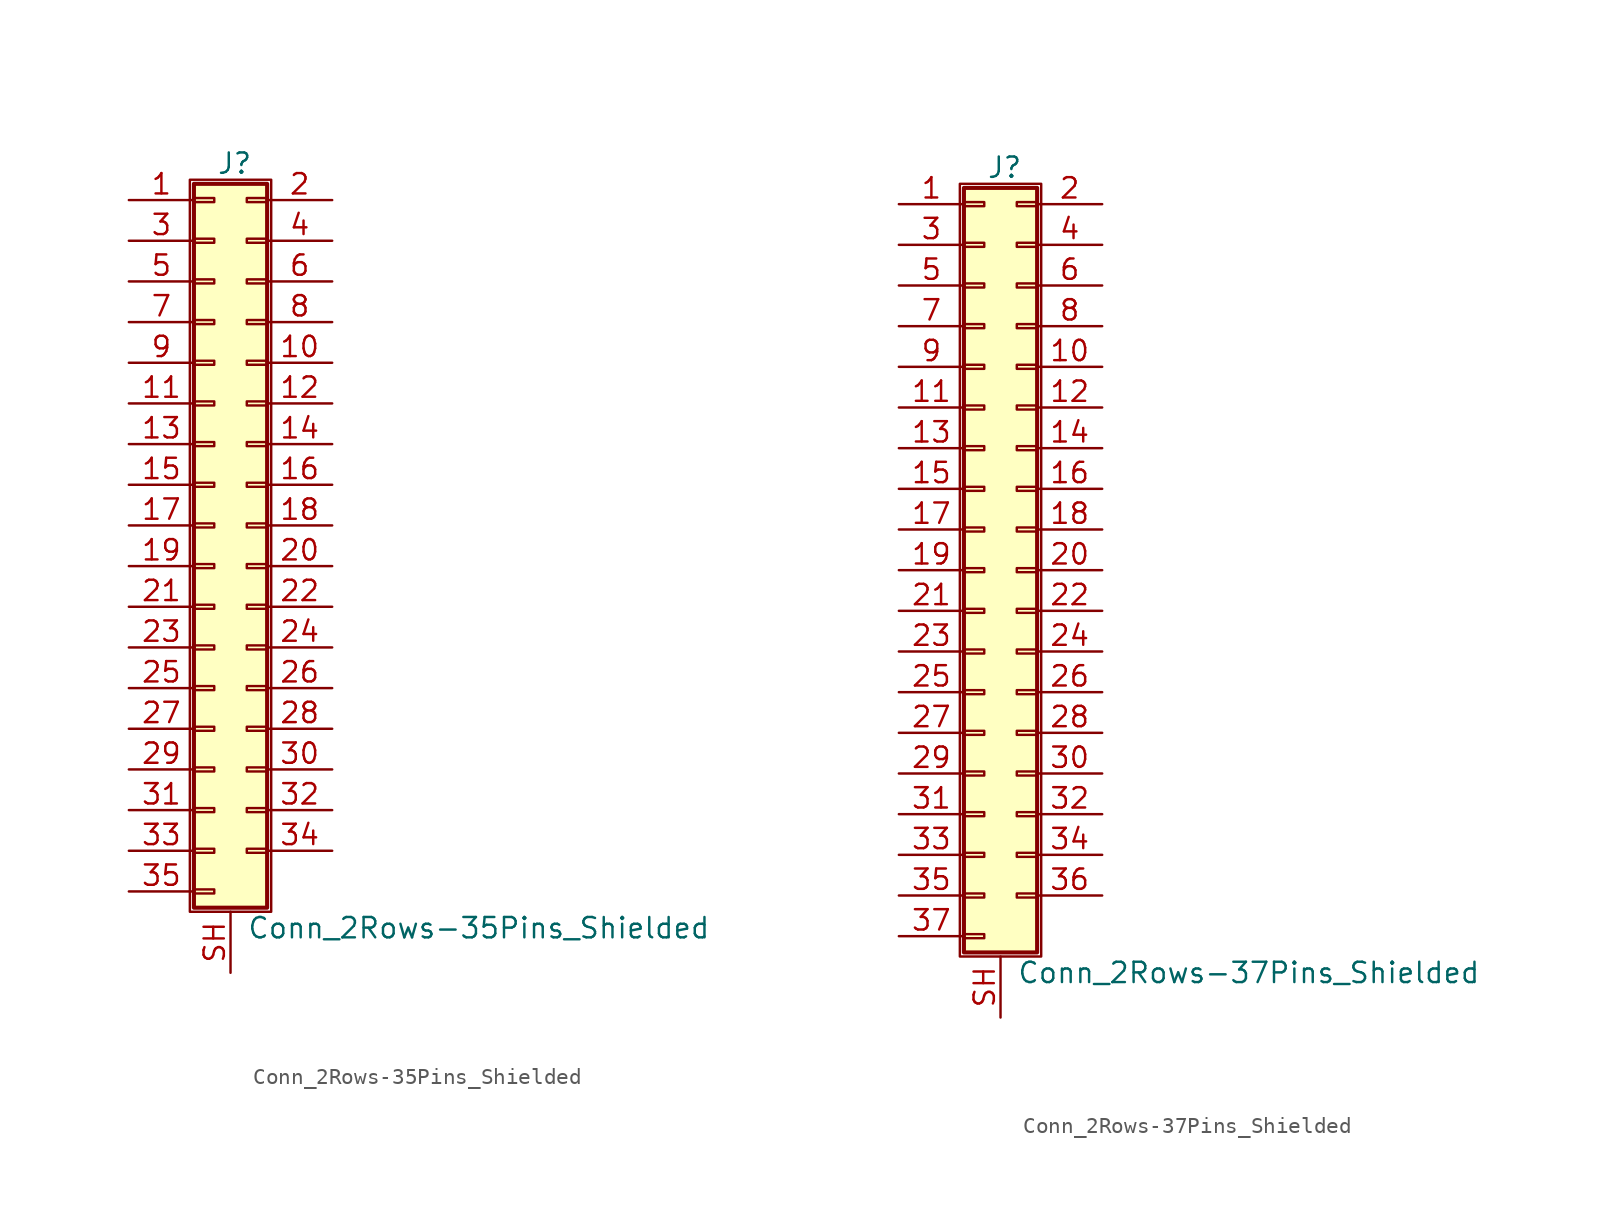
<source format=kicad_sym>
(kicad_symbol_lib
  (version 20201005)
  (generator kicad_symbol_editor)
  (symbol "Connector_Generic_Shielded:Conn_2Rows-35Pins_Shielded"
    (pin_names
      (offset 1.016) hide)
    (property "Reference" "J"
      (at 1.524 22.606 0)
      (effects (font (size 1.27 1.27))))
    (property "Value" "Conn_2Rows-35Pins_Shielded"
      (at 2.286 -25.146 0)
      (effects (font (size 1.27 1.27)) (justify left)))
    (symbol "Conn_2Rows-35Pins_Shielded_1_1"
      (rectangle (start -1.016 -4.953) (end 0.254 -5.207) (stroke (width 0.152)) (fill (type none)))
      (rectangle (start -1.016 -7.493) (end 0.254 -7.747) (stroke (width 0.152)) (fill (type none)))
      (rectangle (start -1.016 -10.033) (end 0.254 -10.287) (stroke (width 0.152)) (fill (type none)))
      (rectangle (start -1.016 -12.573) (end 0.254 -12.827) (stroke (width 0.152)) (fill (type none)))
      (rectangle (start -1.016 -15.113) (end 0.254 -15.367) (stroke (width 0.152)) (fill (type none)))
      (rectangle (start -1.016 -17.653) (end 0.254 -17.907) (stroke (width 0.152)) (fill (type none)))
      (rectangle (start -1.016 -20.193) (end 0.254 -20.447) (stroke (width 0.152)) (fill (type none)))
      (rectangle (start -1.016 -22.733) (end 0.254 -22.987) (stroke (width 0.152)) (fill (type none)))
      (rectangle (start -1.016 -2.413) (end 0.254 -2.667) (stroke (width 0.152)) (fill (type none)))
      (rectangle (start -1.016 2.667) (end 0.254 2.413) (stroke (width 0.152)) (fill (type none)))
      (rectangle (start -1.016 5.207) (end 0.254 4.953) (stroke (width 0.152)) (fill (type none)))
      (rectangle (start -1.016 7.747) (end 0.254 7.493) (stroke (width 0.152)) (fill (type none)))
      (rectangle (start -1.016 10.287) (end 0.254 10.033) (stroke (width 0.152)) (fill (type none)))
      (rectangle (start -1.016 0.127) (end 0.254 -0.127) (stroke (width 0.152)) (fill (type none)))
      (rectangle (start -1.016 12.827) (end 0.254 12.573) (stroke (width 0.152)) (fill (type none)))
      (rectangle (start -1.016 15.367) (end 0.254 15.113) (stroke (width 0.152)) (fill (type none)))
      (rectangle (start -1.016 17.907) (end 0.254 17.653) (stroke (width 0.152)) (fill (type none)))
      (rectangle (start -1.016 20.447) (end 0.254 20.193) (stroke (width 0.152)) (fill (type none)))
      (rectangle (start -1.016 21.336) (end 3.556 -23.876) (stroke (width 0.254)) (fill (type background)))
      (rectangle (start -1.27 21.59) (end 3.81 -24.13) (stroke (width 0.152)) (fill (type none)))
      (rectangle (start 3.556 -4.953) (end 2.286 -5.207) (stroke (width 0.152)) (fill (type none)))
      (rectangle (start 3.556 -7.493) (end 2.286 -7.747) (stroke (width 0.152)) (fill (type none)))
      (rectangle (start 3.556 -10.033) (end 2.286 -10.287) (stroke (width 0.152)) (fill (type none)))
      (rectangle (start 3.556 -12.573) (end 2.286 -12.827) (stroke (width 0.152)) (fill (type none)))
      (rectangle (start 3.556 -15.113) (end 2.286 -15.367) (stroke (width 0.152)) (fill (type none)))
      (rectangle (start 3.556 -17.653) (end 2.286 -17.907) (stroke (width 0.152)) (fill (type none)))
      (rectangle (start 3.556 -20.193) (end 2.286 -20.447) (stroke (width 0.152)) (fill (type none)))
      (rectangle (start 3.556 -2.413) (end 2.286 -2.667) (stroke (width 0.152)) (fill (type none)))
      (rectangle (start 3.556 2.667) (end 2.286 2.413) (stroke (width 0.152)) (fill (type none)))
      (rectangle (start 3.556 5.207) (end 2.286 4.953) (stroke (width 0.152)) (fill (type none)))
      (rectangle (start 3.556 7.747) (end 2.286 7.493) (stroke (width 0.152)) (fill (type none)))
      (rectangle (start 3.556 10.287) (end 2.286 10.033) (stroke (width 0.152)) (fill (type none)))
      (rectangle (start 3.556 0.127) (end 2.286 -0.127) (stroke (width 0.152)) (fill (type none)))
      (rectangle (start 3.556 12.827) (end 2.286 12.573) (stroke (width 0.152)) (fill (type none)))
      (rectangle (start 3.556 15.367) (end 2.286 15.113) (stroke (width 0.152)) (fill (type none)))
      (rectangle (start 3.556 17.907) (end 2.286 17.653) (stroke (width 0.152)) (fill (type none)))
      (rectangle (start 3.556 20.447) (end 2.286 20.193) (stroke (width 0.152)) (fill (type none)))
      (pin passive line (at -5.08 20.32 0) (length 4.064) (name "Pin_1" (effects (font (size 1.27 1.27)))) (number "1" (effects (font (size 1.27 1.27)))))
      (pin passive line (at 7.62 10.16 180) (length 4.064) (name "Pin_10" (effects (font (size 1.27 1.27)))) (number "10" (effects (font (size 1.27 1.27)))))
      (pin passive line (at -5.08 7.62 0) (length 4.064) (name "Pin_11" (effects (font (size 1.27 1.27)))) (number "11" (effects (font (size 1.27 1.27)))))
      (pin passive line (at 7.62 7.62 180) (length 4.064) (name "Pin_12" (effects (font (size 1.27 1.27)))) (number "12" (effects (font (size 1.27 1.27)))))
      (pin passive line (at -5.08 5.08 0) (length 4.064) (name "Pin_13" (effects (font (size 1.27 1.27)))) (number "13" (effects (font (size 1.27 1.27)))))
      (pin passive line (at 7.62 5.08 180) (length 4.064) (name "Pin_14" (effects (font (size 1.27 1.27)))) (number "14" (effects (font (size 1.27 1.27)))))
      (pin passive line (at -5.08 2.54 0) (length 4.064) (name "Pin_15" (effects (font (size 1.27 1.27)))) (number "15" (effects (font (size 1.27 1.27)))))
      (pin passive line (at 7.62 2.54 180) (length 4.064) (name "Pin_16" (effects (font (size 1.27 1.27)))) (number "16" (effects (font (size 1.27 1.27)))))
      (pin passive line (at -5.08 0 0) (length 4.064) (name "Pin_17" (effects (font (size 1.27 1.27)))) (number "17" (effects (font (size 1.27 1.27)))))
      (pin passive line (at 7.62 0 180) (length 4.064) (name "Pin_18" (effects (font (size 1.27 1.27)))) (number "18" (effects (font (size 1.27 1.27)))))
      (pin passive line (at -5.08 -2.54 0) (length 4.064) (name "Pin_19" (effects (font (size 1.27 1.27)))) (number "19" (effects (font (size 1.27 1.27)))))
      (pin passive line (at 7.62 20.32 180) (length 4.064) (name "Pin_2" (effects (font (size 1.27 1.27)))) (number "2" (effects (font (size 1.27 1.27)))))
      (pin passive line (at 7.62 -2.54 180) (length 4.064) (name "Pin_20" (effects (font (size 1.27 1.27)))) (number "20" (effects (font (size 1.27 1.27)))))
      (pin passive line (at -5.08 -5.08 0) (length 4.064) (name "Pin_21" (effects (font (size 1.27 1.27)))) (number "21" (effects (font (size 1.27 1.27)))))
      (pin passive line (at 7.62 -5.08 180) (length 4.064) (name "Pin_22" (effects (font (size 1.27 1.27)))) (number "22" (effects (font (size 1.27 1.27)))))
      (pin passive line (at -5.08 -7.62 0) (length 4.064) (name "Pin_23" (effects (font (size 1.27 1.27)))) (number "23" (effects (font (size 1.27 1.27)))))
      (pin passive line (at 7.62 -7.62 180) (length 4.064) (name "Pin_24" (effects (font (size 1.27 1.27)))) (number "24" (effects (font (size 1.27 1.27)))))
      (pin passive line (at -5.08 -10.16 0) (length 4.064) (name "Pin_25" (effects (font (size 1.27 1.27)))) (number "25" (effects (font (size 1.27 1.27)))))
      (pin passive line (at 7.62 -10.16 180) (length 4.064) (name "Pin_26" (effects (font (size 1.27 1.27)))) (number "26" (effects (font (size 1.27 1.27)))))
      (pin passive line (at -5.08 -12.7 0) (length 4.064) (name "Pin_27" (effects (font (size 1.27 1.27)))) (number "27" (effects (font (size 1.27 1.27)))))
      (pin passive line (at 7.62 -12.7 180) (length 4.064) (name "Pin_28" (effects (font (size 1.27 1.27)))) (number "28" (effects (font (size 1.27 1.27)))))
      (pin passive line (at -5.08 -15.24 0) (length 4.064) (name "Pin_29" (effects (font (size 1.27 1.27)))) (number "29" (effects (font (size 1.27 1.27)))))
      (pin passive line (at -5.08 17.78 0) (length 4.064) (name "Pin_3" (effects (font (size 1.27 1.27)))) (number "3" (effects (font (size 1.27 1.27)))))
      (pin passive line (at 7.62 -15.24 180) (length 4.064) (name "Pin_30" (effects (font (size 1.27 1.27)))) (number "30" (effects (font (size 1.27 1.27)))))
      (pin passive line (at -5.08 -17.78 0) (length 4.064) (name "Pin_31" (effects (font (size 1.27 1.27)))) (number "31" (effects (font (size 1.27 1.27)))))
      (pin passive line (at 7.62 -17.78 180) (length 4.064) (name "Pin_32" (effects (font (size 1.27 1.27)))) (number "32" (effects (font (size 1.27 1.27)))))
      (pin passive line (at -5.08 -20.32 0) (length 4.064) (name "Pin_33" (effects (font (size 1.27 1.27)))) (number "33" (effects (font (size 1.27 1.27)))))
      (pin passive line (at 7.62 -20.32 180) (length 4.064) (name "Pin_34" (effects (font (size 1.27 1.27)))) (number "34" (effects (font (size 1.27 1.27)))))
      (pin passive line (at -5.08 -22.86 0) (length 4.064) (name "Pin_35" (effects (font (size 1.27 1.27)))) (number "35" (effects (font (size 1.27 1.27)))))
      (pin passive line (at 7.62 17.78 180) (length 4.064) (name "Pin_4" (effects (font (size 1.27 1.27)))) (number "4" (effects (font (size 1.27 1.27)))))
      (pin passive line (at -5.08 15.24 0) (length 4.064) (name "Pin_5" (effects (font (size 1.27 1.27)))) (number "5" (effects (font (size 1.27 1.27)))))
      (pin passive line (at 7.62 15.24 180) (length 4.064) (name "Pin_6" (effects (font (size 1.27 1.27)))) (number "6" (effects (font (size 1.27 1.27)))))
      (pin passive line (at -5.08 12.7 0) (length 4.064) (name "Pin_7" (effects (font (size 1.27 1.27)))) (number "7" (effects (font (size 1.27 1.27)))))
      (pin passive line (at 7.62 12.7 180) (length 4.064) (name "Pin_8" (effects (font (size 1.27 1.27)))) (number "8" (effects (font (size 1.27 1.27)))))
      (pin passive line (at -5.08 10.16 0) (length 4.064) (name "Pin_9" (effects (font (size 1.27 1.27)))) (number "9" (effects (font (size 1.27 1.27)))))
      (pin passive line (at 1.27 -27.94 90) (length 3.81) (name "Shield" (effects (font (size 1.27 1.27)))) (number "SH" (effects (font (size 1.27 1.27)))))))
  (symbol "Connector_Generic_Shielded:Conn_2Rows-37Pins_Shielded"
    (pin_names
      (offset 1.016) hide)
    (property "Reference" "J"
      (at 1.524 25.146 0)
      (effects (font (size 1.27 1.27))))
    (property "Value" "Conn_2Rows-37Pins_Shielded"
      (at 2.286 -25.146 0)
      (effects (font (size 1.27 1.27)) (justify left)))
    (symbol "Conn_2Rows-37Pins_Shielded_1_1"
      (rectangle (start -1.016 -4.953) (end 0.254 -5.207) (stroke (width 0.152)) (fill (type none)))
      (rectangle (start -1.016 -7.493) (end 0.254 -7.747) (stroke (width 0.152)) (fill (type none)))
      (rectangle (start -1.016 -10.033) (end 0.254 -10.287) (stroke (width 0.152)) (fill (type none)))
      (rectangle (start -1.016 -12.573) (end 0.254 -12.827) (stroke (width 0.152)) (fill (type none)))
      (rectangle (start -1.016 -15.113) (end 0.254 -15.367) (stroke (width 0.152)) (fill (type none)))
      (rectangle (start -1.016 -17.653) (end 0.254 -17.907) (stroke (width 0.152)) (fill (type none)))
      (rectangle (start -1.016 -20.193) (end 0.254 -20.447) (stroke (width 0.152)) (fill (type none)))
      (rectangle (start -1.016 -22.733) (end 0.254 -22.987) (stroke (width 0.152)) (fill (type none)))
      (rectangle (start -1.016 -2.413) (end 0.254 -2.667) (stroke (width 0.152)) (fill (type none)))
      (rectangle (start -1.016 2.667) (end 0.254 2.413) (stroke (width 0.152)) (fill (type none)))
      (rectangle (start -1.016 5.207) (end 0.254 4.953) (stroke (width 0.152)) (fill (type none)))
      (rectangle (start -1.016 7.747) (end 0.254 7.493) (stroke (width 0.152)) (fill (type none)))
      (rectangle (start -1.016 10.287) (end 0.254 10.033) (stroke (width 0.152)) (fill (type none)))
      (rectangle (start -1.016 0.127) (end 0.254 -0.127) (stroke (width 0.152)) (fill (type none)))
      (rectangle (start -1.016 12.827) (end 0.254 12.573) (stroke (width 0.152)) (fill (type none)))
      (rectangle (start -1.016 15.367) (end 0.254 15.113) (stroke (width 0.152)) (fill (type none)))
      (rectangle (start -1.016 17.907) (end 0.254 17.653) (stroke (width 0.152)) (fill (type none)))
      (rectangle (start -1.016 20.447) (end 0.254 20.193) (stroke (width 0.152)) (fill (type none)))
      (rectangle (start -1.016 22.987) (end 0.254 22.733) (stroke (width 0.152)) (fill (type none)))
      (rectangle (start -1.016 23.876) (end 3.556 -23.876) (stroke (width 0.254)) (fill (type background)))
      (rectangle (start -1.27 24.13) (end 3.81 -24.13) (stroke (width 0.152)) (fill (type none)))
      (rectangle (start 3.556 -4.953) (end 2.286 -5.207) (stroke (width 0.152)) (fill (type none)))
      (rectangle (start 3.556 -7.493) (end 2.286 -7.747) (stroke (width 0.152)) (fill (type none)))
      (rectangle (start 3.556 -10.033) (end 2.286 -10.287) (stroke (width 0.152)) (fill (type none)))
      (rectangle (start 3.556 -12.573) (end 2.286 -12.827) (stroke (width 0.152)) (fill (type none)))
      (rectangle (start 3.556 -15.113) (end 2.286 -15.367) (stroke (width 0.152)) (fill (type none)))
      (rectangle (start 3.556 -17.653) (end 2.286 -17.907) (stroke (width 0.152)) (fill (type none)))
      (rectangle (start 3.556 -20.193) (end 2.286 -20.447) (stroke (width 0.152)) (fill (type none)))
      (rectangle (start 3.556 -2.413) (end 2.286 -2.667) (stroke (width 0.152)) (fill (type none)))
      (rectangle (start 3.556 2.667) (end 2.286 2.413) (stroke (width 0.152)) (fill (type none)))
      (rectangle (start 3.556 5.207) (end 2.286 4.953) (stroke (width 0.152)) (fill (type none)))
      (rectangle (start 3.556 7.747) (end 2.286 7.493) (stroke (width 0.152)) (fill (type none)))
      (rectangle (start 3.556 10.287) (end 2.286 10.033) (stroke (width 0.152)) (fill (type none)))
      (rectangle (start 3.556 0.127) (end 2.286 -0.127) (stroke (width 0.152)) (fill (type none)))
      (rectangle (start 3.556 12.827) (end 2.286 12.573) (stroke (width 0.152)) (fill (type none)))
      (rectangle (start 3.556 15.367) (end 2.286 15.113) (stroke (width 0.152)) (fill (type none)))
      (rectangle (start 3.556 17.907) (end 2.286 17.653) (stroke (width 0.152)) (fill (type none)))
      (rectangle (start 3.556 20.447) (end 2.286 20.193) (stroke (width 0.152)) (fill (type none)))
      (rectangle (start 3.556 22.987) (end 2.286 22.733) (stroke (width 0.152)) (fill (type none)))
      (pin passive line (at -5.08 22.86 0) (length 4.064) (name "Pin_1" (effects (font (size 1.27 1.27)))) (number "1" (effects (font (size 1.27 1.27)))))
      (pin passive line (at 7.62 12.7 180) (length 4.064) (name "Pin_10" (effects (font (size 1.27 1.27)))) (number "10" (effects (font (size 1.27 1.27)))))
      (pin passive line (at -5.08 10.16 0) (length 4.064) (name "Pin_11" (effects (font (size 1.27 1.27)))) (number "11" (effects (font (size 1.27 1.27)))))
      (pin passive line (at 7.62 10.16 180) (length 4.064) (name "Pin_12" (effects (font (size 1.27 1.27)))) (number "12" (effects (font (size 1.27 1.27)))))
      (pin passive line (at -5.08 7.62 0) (length 4.064) (name "Pin_13" (effects (font (size 1.27 1.27)))) (number "13" (effects (font (size 1.27 1.27)))))
      (pin passive line (at 7.62 7.62 180) (length 4.064) (name "Pin_14" (effects (font (size 1.27 1.27)))) (number "14" (effects (font (size 1.27 1.27)))))
      (pin passive line (at -5.08 5.08 0) (length 4.064) (name "Pin_15" (effects (font (size 1.27 1.27)))) (number "15" (effects (font (size 1.27 1.27)))))
      (pin passive line (at 7.62 5.08 180) (length 4.064) (name "Pin_16" (effects (font (size 1.27 1.27)))) (number "16" (effects (font (size 1.27 1.27)))))
      (pin passive line (at -5.08 2.54 0) (length 4.064) (name "Pin_17" (effects (font (size 1.27 1.27)))) (number "17" (effects (font (size 1.27 1.27)))))
      (pin passive line (at 7.62 2.54 180) (length 4.064) (name "Pin_18" (effects (font (size 1.27 1.27)))) (number "18" (effects (font (size 1.27 1.27)))))
      (pin passive line (at -5.08 0 0) (length 4.064) (name "Pin_19" (effects (font (size 1.27 1.27)))) (number "19" (effects (font (size 1.27 1.27)))))
      (pin passive line (at 7.62 22.86 180) (length 4.064) (name "Pin_2" (effects (font (size 1.27 1.27)))) (number "2" (effects (font (size 1.27 1.27)))))
      (pin passive line (at 7.62 0 180) (length 4.064) (name "Pin_20" (effects (font (size 1.27 1.27)))) (number "20" (effects (font (size 1.27 1.27)))))
      (pin passive line (at -5.08 -2.54 0) (length 4.064) (name "Pin_21" (effects (font (size 1.27 1.27)))) (number "21" (effects (font (size 1.27 1.27)))))
      (pin passive line (at 7.62 -2.54 180) (length 4.064) (name "Pin_22" (effects (font (size 1.27 1.27)))) (number "22" (effects (font (size 1.27 1.27)))))
      (pin passive line (at -5.08 -5.08 0) (length 4.064) (name "Pin_23" (effects (font (size 1.27 1.27)))) (number "23" (effects (font (size 1.27 1.27)))))
      (pin passive line (at 7.62 -5.08 180) (length 4.064) (name "Pin_24" (effects (font (size 1.27 1.27)))) (number "24" (effects (font (size 1.27 1.27)))))
      (pin passive line (at -5.08 -7.62 0) (length 4.064) (name "Pin_25" (effects (font (size 1.27 1.27)))) (number "25" (effects (font (size 1.27 1.27)))))
      (pin passive line (at 7.62 -7.62 180) (length 4.064) (name "Pin_26" (effects (font (size 1.27 1.27)))) (number "26" (effects (font (size 1.27 1.27)))))
      (pin passive line (at -5.08 -10.16 0) (length 4.064) (name "Pin_27" (effects (font (size 1.27 1.27)))) (number "27" (effects (font (size 1.27 1.27)))))
      (pin passive line (at 7.62 -10.16 180) (length 4.064) (name "Pin_28" (effects (font (size 1.27 1.27)))) (number "28" (effects (font (size 1.27 1.27)))))
      (pin passive line (at -5.08 -12.7 0) (length 4.064) (name "Pin_29" (effects (font (size 1.27 1.27)))) (number "29" (effects (font (size 1.27 1.27)))))
      (pin passive line (at -5.08 20.32 0) (length 4.064) (name "Pin_3" (effects (font (size 1.27 1.27)))) (number "3" (effects (font (size 1.27 1.27)))))
      (pin passive line (at 7.62 -12.7 180) (length 4.064) (name "Pin_30" (effects (font (size 1.27 1.27)))) (number "30" (effects (font (size 1.27 1.27)))))
      (pin passive line (at -5.08 -15.24 0) (length 4.064) (name "Pin_31" (effects (font (size 1.27 1.27)))) (number "31" (effects (font (size 1.27 1.27)))))
      (pin passive line (at 7.62 -15.24 180) (length 4.064) (name "Pin_32" (effects (font (size 1.27 1.27)))) (number "32" (effects (font (size 1.27 1.27)))))
      (pin passive line (at -5.08 -17.78 0) (length 4.064) (name "Pin_33" (effects (font (size 1.27 1.27)))) (number "33" (effects (font (size 1.27 1.27)))))
      (pin passive line (at 7.62 -17.78 180) (length 4.064) (name "Pin_34" (effects (font (size 1.27 1.27)))) (number "34" (effects (font (size 1.27 1.27)))))
      (pin passive line (at -5.08 -20.32 0) (length 4.064) (name "Pin_35" (effects (font (size 1.27 1.27)))) (number "35" (effects (font (size 1.27 1.27)))))
      (pin passive line (at 7.62 -20.32 180) (length 4.064) (name "Pin_36" (effects (font (size 1.27 1.27)))) (number "36" (effects (font (size 1.27 1.27)))))
      (pin passive line (at -5.08 -22.86 0) (length 4.064) (name "Pin_37" (effects (font (size 1.27 1.27)))) (number "37" (effects (font (size 1.27 1.27)))))
      (pin passive line (at 7.62 20.32 180) (length 4.064) (name "Pin_4" (effects (font (size 1.27 1.27)))) (number "4" (effects (font (size 1.27 1.27)))))
      (pin passive line (at -5.08 17.78 0) (length 4.064) (name "Pin_5" (effects (font (size 1.27 1.27)))) (number "5" (effects (font (size 1.27 1.27)))))
      (pin passive line (at 7.62 17.78 180) (length 4.064) (name "Pin_6" (effects (font (size 1.27 1.27)))) (number "6" (effects (font (size 1.27 1.27)))))
      (pin passive line (at -5.08 15.24 0) (length 4.064) (name "Pin_7" (effects (font (size 1.27 1.27)))) (number "7" (effects (font (size 1.27 1.27)))))
      (pin passive line (at 7.62 15.24 180) (length 4.064) (name "Pin_8" (effects (font (size 1.27 1.27)))) (number "8" (effects (font (size 1.27 1.27)))))
      (pin passive line (at -5.08 12.7 0) (length 4.064) (name "Pin_9" (effects (font (size 1.27 1.27)))) (number "9" (effects (font (size 1.27 1.27)))))
      (pin passive line (at 1.27 -27.94 90) (length 3.81) (name "Shield" (effects (font (size 1.27 1.27)))) (number "SH" (effects (font (size 1.27 1.27))))))))
</source>
